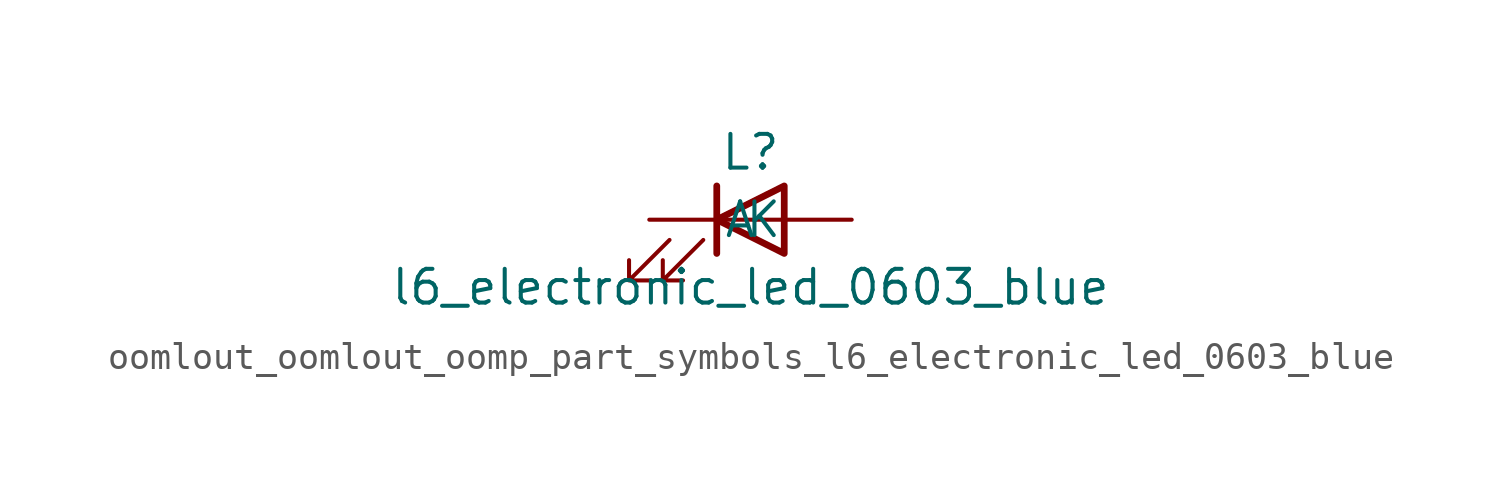
<source format=kicad_sym>
(kicad_symbol_lib
  (version 20220914)
  (generator kicad_symbol_editor)
  (symbol "oomlout_oomlout_oomp_part_symbols_l6_electronic_led_0603_blue"
    (pin_numbers hide)
    (pin_names
      (offset 1.016))
    (property "Reference" "L"
      (at 0 2.54 0)
      (effects (font (size 1.27 1.27))))
    (property "Value" "l6_electronic_led_0603_blue"
      (at 0 -2.54 0)
      (effects (font (size 1.27 1.27))))
    (symbol "oomlout_oomlout_oomp_part_symbols_l6_electronic_led_0603_blue_0_1"
      (polyline (pts (xy -1.27 -1.27) (xy -1.27 1.27)) (stroke (width 0.254) (type default)) (fill (type none)))
      (polyline (pts (xy -1.27 0) (xy 1.27 0)) (stroke (width 0) (type default)) (fill (type none)))
      (polyline (pts (xy 1.27 -1.27) (xy 1.27 1.27) (xy -1.27 0) (xy 1.27 -1.27)) (stroke (width 0.254) (type default)) (fill (type none)))
      (polyline (pts (xy -3.048 -0.762) (xy -4.572 -2.286) (xy -3.81 -2.286) (xy -4.572 -2.286) (xy -4.572 -1.524)) (stroke (width 0) (type default)) (fill (type none)))
      (polyline (pts (xy -1.778 -0.762) (xy -3.302 -2.286) (xy -2.54 -2.286) (xy -3.302 -2.286) (xy -3.302 -1.524)) (stroke (width 0) (type default)) (fill (type none))))
    (symbol "oomlout_oomlout_oomp_part_symbols_l6_electronic_led_0603_blue_1_1"
      (pin passive line (at -3.81 0 0) (length 2.54) (name "K" (effects (font (size 1.27 1.27)))) (number "1" (effects (font (size 1.27 1.27)))))
      (pin passive line (at 3.81 0 180) (length 2.54) (name "A" (effects (font (size 1.27 1.27)))) (number "2" (effects (font (size 1.27 1.27))))))))
</source>
